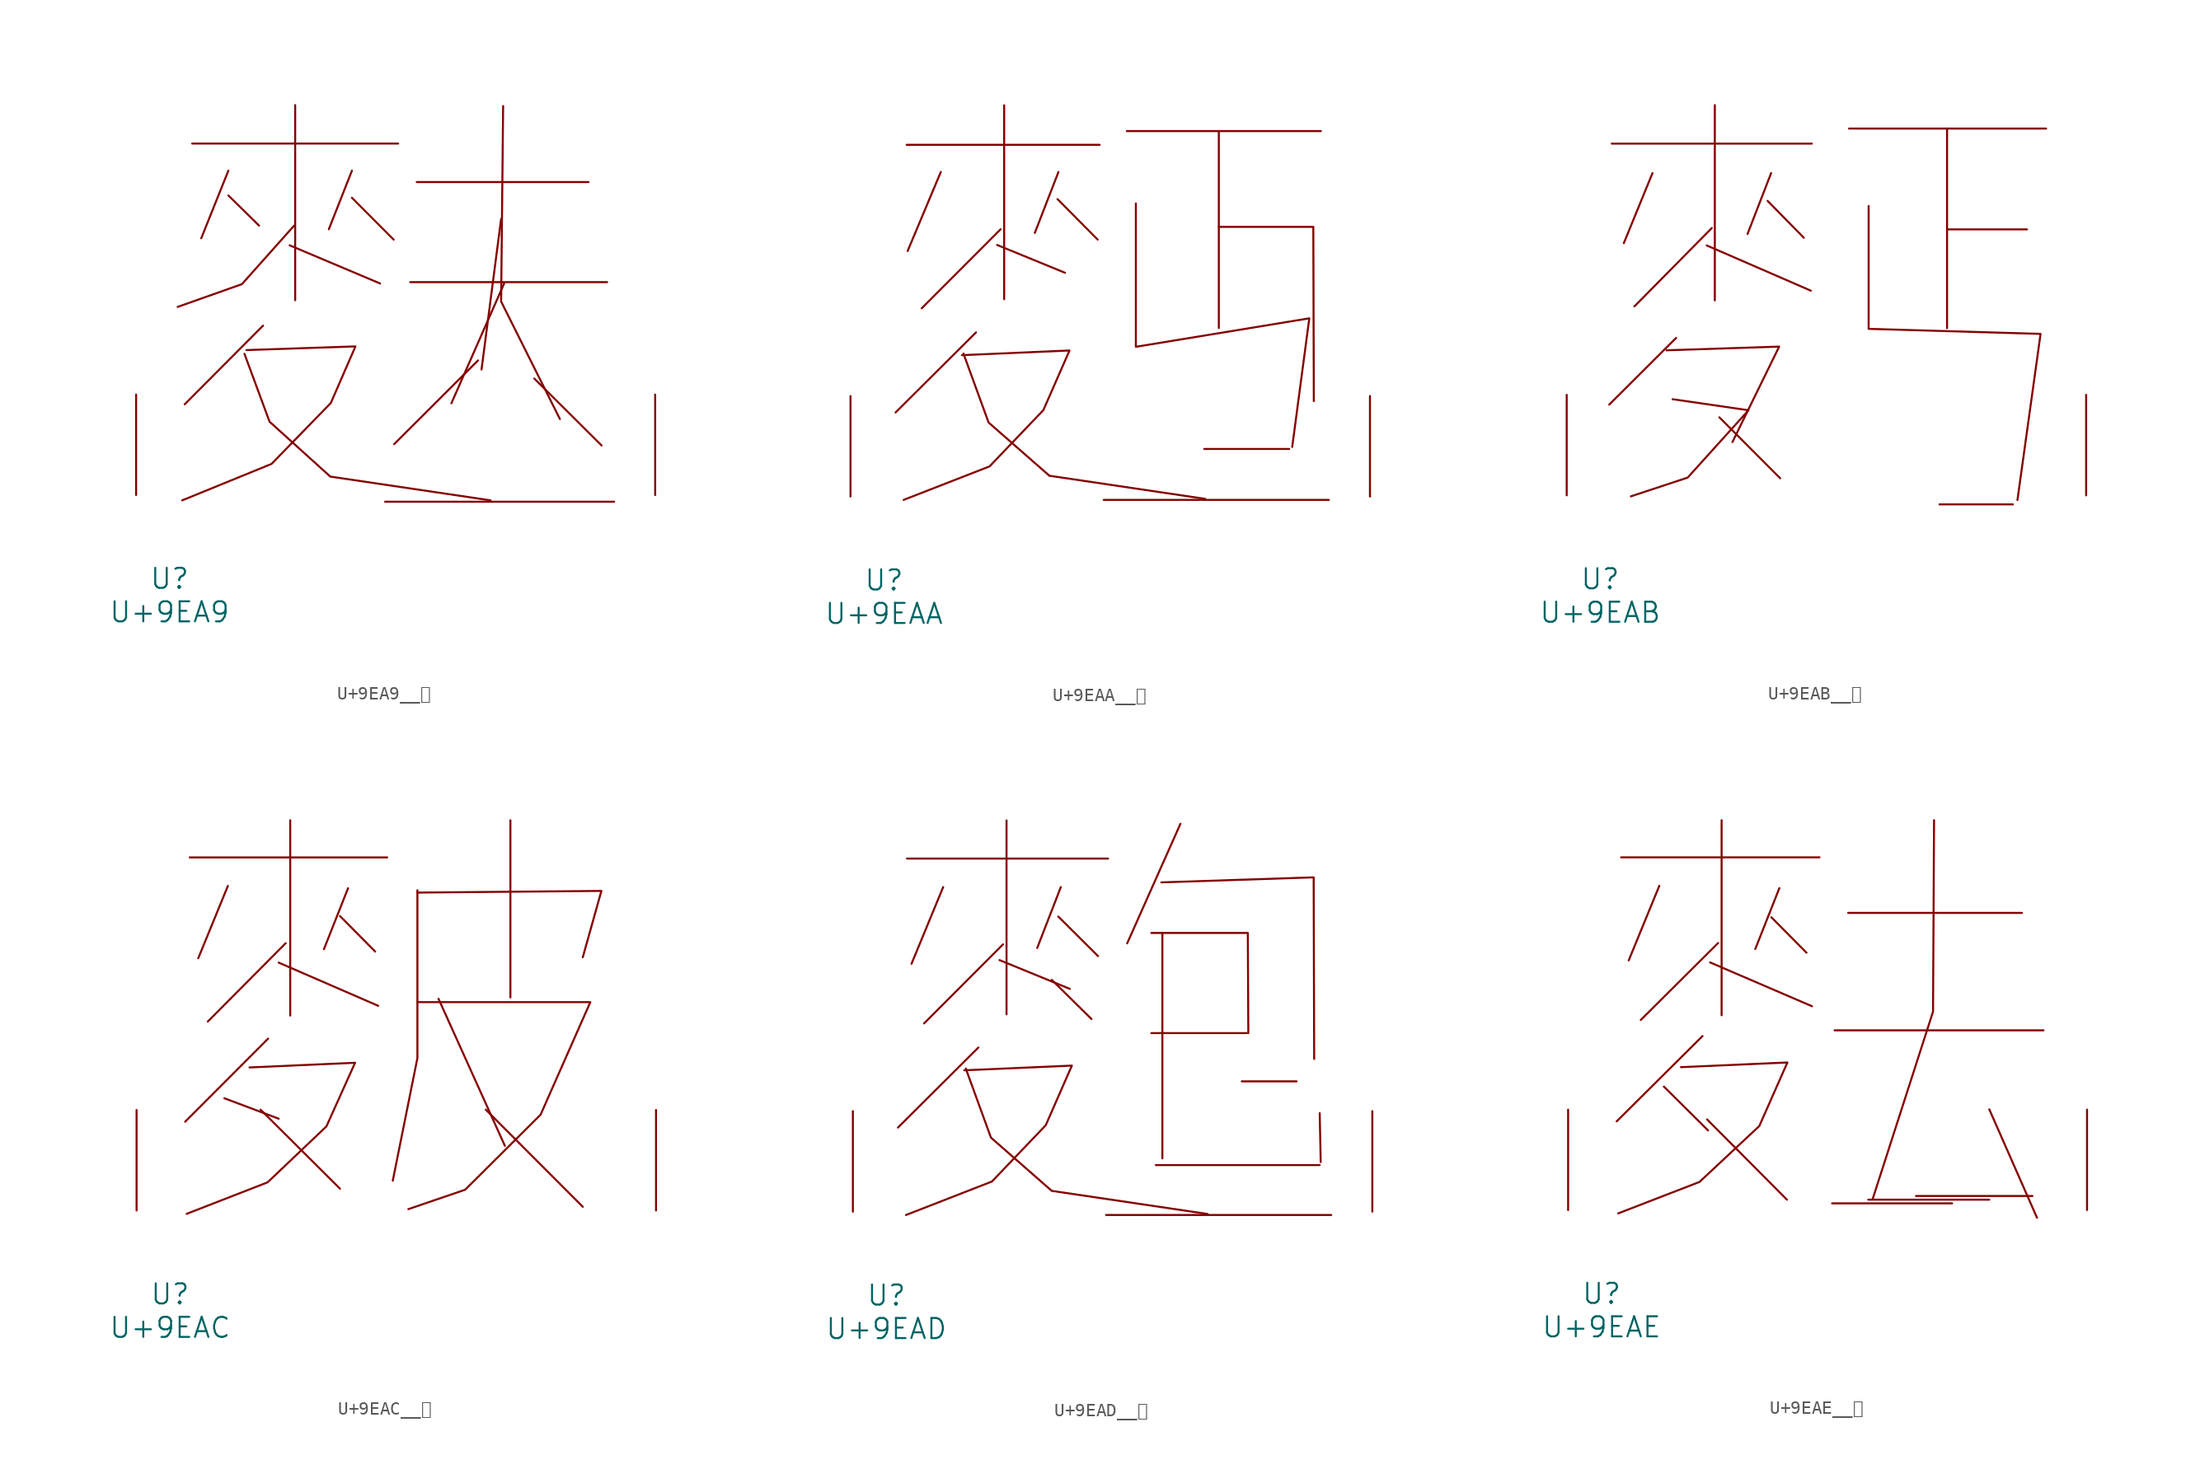
<source format=kicad_sym>
(kicad_symbol_lib
  (version 20231120)
  (generator "kicad_symbol_editor")
  (generator_version "8.0")
  (symbol "U+9EA9__麩"
    (pin_names
      (offset 1.016))
    (property "Reference" "U"
      (at 0 -6.35 0)
      (effects (font (size 1.524 1.524))))
    (property "Value" "U+9EA9"
      (at 0 -8.89 0)
      (effects (font (size 1.524 1.524))))
    (symbol "U+9EA9__麩_0_1"
      (polyline (pts (xy 1.714 26.67) (xy 17.335 26.67)) (stroke (width 0) (type solid)) (fill (type none)))
      (polyline (pts (xy 4.458 22.733) (xy 6.782 20.447)) (stroke (width 0) (type solid)) (fill (type none)))
      (polyline (pts (xy 4.458 24.613) (xy 2.4 19.482)) (stroke (width 0) (type solid)) (fill (type none)))
      (polyline (pts (xy 7.087 12.852) (xy 1.143 6.883)) (stroke (width 0) (type solid)) (fill (type none)))
      (polyline (pts (xy 9.106 18.948) (xy 15.964 16.053)) (stroke (width 0) (type solid)) (fill (type none)))
      (polyline (pts (xy 9.525 29.591) (xy 9.525 14.783)) (stroke (width 0) (type solid)) (fill (type none)))
      (polyline (pts (xy 13.83 22.555) (xy 16.993 19.38)) (stroke (width 0) (type solid)) (fill (type none)))
      (polyline (pts (xy 13.83 24.613) (xy 12.078 20.168)) (stroke (width 0) (type solid)) (fill (type none)))
      (polyline (pts (xy 16.345 -0.508) (xy 33.718 -0.508)) (stroke (width 0) (type solid)) (fill (type none)))
      (polyline (pts (xy 18.25 16.154) (xy 33.185 16.154)) (stroke (width 0) (type solid)) (fill (type none)))
      (polyline (pts (xy 18.745 23.749) (xy 31.775 23.749)) (stroke (width 0) (type solid)) (fill (type none)))
      (polyline (pts (xy 23.393 10.211) (xy 17.031 3.861)) (stroke (width 0) (type solid)) (fill (type none)))
      (polyline (pts (xy 25.146 20.955) (xy 23.66 9.525)) (stroke (width 0) (type solid)) (fill (type none)))
      (polyline (pts (xy 25.375 16.053) (xy 21.374 6.96)) (stroke (width 0) (type solid)) (fill (type none)))
      (polyline (pts (xy 27.661 8.839) (xy 32.766 3.759)) (stroke (width 0) (type solid)) (fill (type none)))
      (polyline (pts (xy 9.449 20.447) (xy 5.486 16.002) (xy 0.61 14.275)) (stroke (width 0) (type solid)) (fill (type none)))
      (polyline (pts (xy 25.298 29.515) (xy 25.146 14.681) (xy 29.604 5.766)) (stroke (width 0) (type solid)) (fill (type none)))
      (polyline (pts (xy 5.677 10.719) (xy 7.582 5.563) (xy 12.192 1.397) (xy 24.346 -0.406)) (stroke (width 0) (type solid)) (fill (type none)))
      (polyline (pts (xy 5.829 10.998) (xy 14.097 11.278) (xy 12.23 6.985) (xy 7.734 2.362) (xy 0.953 -0.406)) (stroke (width 0) (type solid)) (fill (type none)))
      (pin input line (at -2.54 0 90) (length 7.62) (name "~" (effects (font (size 1.27 1.27)))) (number "~" (effects (font (size 1.27 1.27)))))
      (pin input line (at 36.83 0 90) (length 7.62) (name "~" (effects (font (size 1.27 1.27)))) (number "~" (effects (font (size 1.27 1.27)))))))
  (symbol "U+9EAA__麪"
    (pin_names
      (offset 1.016))
    (property "Reference" "U"
      (at 0 -6.35 0)
      (effects (font (size 1.524 1.524))))
    (property "Value" "U+9EAA"
      (at 0 -8.89 0)
      (effects (font (size 1.524 1.524))))
    (symbol "U+9EAA__麪_0_1"
      (polyline (pts (xy 1.714 26.67) (xy 16.345 26.67)) (stroke (width 0) (type solid)) (fill (type none)))
      (polyline (pts (xy 4.305 24.613) (xy 1.791 18.618)) (stroke (width 0) (type solid)) (fill (type none)))
      (polyline (pts (xy 6.972 12.446) (xy 0.876 6.375)) (stroke (width 0) (type solid)) (fill (type none)))
      (polyline (pts (xy 8.572 19.075) (xy 13.716 16.967)) (stroke (width 0) (type solid)) (fill (type none)))
      (polyline (pts (xy 8.839 20.269) (xy 2.857 14.275)) (stroke (width 0) (type solid)) (fill (type none)))
      (polyline (pts (xy 9.106 29.667) (xy 9.106 14.961)) (stroke (width 0) (type solid)) (fill (type none)))
      (polyline (pts (xy 13.145 22.555) (xy 16.192 19.482)) (stroke (width 0) (type solid)) (fill (type none)))
      (polyline (pts (xy 13.221 24.613) (xy 11.43 19.99)) (stroke (width 0) (type solid)) (fill (type none)))
      (polyline (pts (xy 16.65 -0.254) (xy 33.718 -0.254)) (stroke (width 0) (type solid)) (fill (type none)))
      (polyline (pts (xy 18.402 27.711) (xy 33.109 27.711)) (stroke (width 0) (type solid)) (fill (type none)))
      (polyline (pts (xy 24.27 3.607) (xy 30.709 3.607)) (stroke (width 0) (type solid)) (fill (type none)))
      (polyline (pts (xy 25.375 27.711) (xy 25.375 12.776)) (stroke (width 0) (type solid)) (fill (type none)))
      (polyline (pts (xy 25.375 20.447) (xy 32.537 20.447) (xy 32.575 7.239)) (stroke (width 0) (type solid)) (fill (type none)))
      (polyline (pts (xy 6.02 10.846) (xy 7.925 5.613) (xy 12.535 1.575) (xy 24.346 -0.178)) (stroke (width 0) (type solid)) (fill (type none)))
      (polyline (pts (xy 19.088 22.225) (xy 19.088 11.354) (xy 32.233 13.513) (xy 30.937 3.759)) (stroke (width 0) (type solid)) (fill (type none)))
      (polyline (pts (xy 5.905 10.719) (xy 14.059 11.074) (xy 12.078 6.553) (xy 8.001 2.286) (xy 1.486 -0.254)) (stroke (width 0) (type solid)) (fill (type none)))
      (pin input line (at -2.54 0 90) (length 7.62) (name "~" (effects (font (size 1.27 1.27)))) (number "~" (effects (font (size 1.27 1.27)))))
      (pin input line (at 36.83 0 90) (length 7.62) (name "~" (effects (font (size 1.27 1.27)))) (number "~" (effects (font (size 1.27 1.27)))))))
  (symbol "U+9EAB__麫"
    (pin_names
      (offset 1.016))
    (property "Reference" "U"
      (at 0 -6.35 0)
      (effects (font (size 1.524 1.524))))
    (property "Value" "U+9EAB"
      (at 0 -8.89 0)
      (effects (font (size 1.524 1.524))))
    (symbol "U+9EAB__麫_0_1"
      (polyline (pts (xy 0.876 26.67) (xy 16.04 26.67)) (stroke (width 0) (type solid)) (fill (type none)))
      (polyline (pts (xy 3.962 24.435) (xy 1.791 19.126)) (stroke (width 0) (type solid)) (fill (type none)))
      (polyline (pts (xy 5.753 11.938) (xy 0.686 6.883)) (stroke (width 0) (type solid)) (fill (type none)))
      (polyline (pts (xy 8.077 18.948) (xy 15.964 15.519)) (stroke (width 0) (type solid)) (fill (type none)))
      (polyline (pts (xy 8.458 20.269) (xy 2.591 14.326)) (stroke (width 0) (type solid)) (fill (type none)))
      (polyline (pts (xy 8.687 29.591) (xy 8.687 14.783)) (stroke (width 0) (type solid)) (fill (type none)))
      (polyline (pts (xy 9.03 5.918) (xy 13.64 1.295)) (stroke (width 0) (type solid)) (fill (type none)))
      (polyline (pts (xy 12.687 22.327) (xy 15.431 19.533)) (stroke (width 0) (type solid)) (fill (type none)))
      (polyline (pts (xy 12.954 24.435) (xy 11.163 19.812)) (stroke (width 0) (type solid)) (fill (type none)))
      (polyline (pts (xy 18.86 27.813) (xy 33.795 27.813)) (stroke (width 0) (type solid)) (fill (type none)))
      (polyline (pts (xy 25.718 -0.686) (xy 31.28 -0.686)) (stroke (width 0) (type solid)) (fill (type none)))
      (polyline (pts (xy 26.289 20.168) (xy 32.347 20.168)) (stroke (width 0) (type solid)) (fill (type none)))
      (polyline (pts (xy 26.289 27.813) (xy 26.289 12.675)) (stroke (width 0) (type solid)) (fill (type none)))
      (polyline (pts (xy 5.029 10.998) (xy 13.564 11.278) (xy 10.02 4.039)) (stroke (width 0) (type solid)) (fill (type none)))
      (polyline (pts (xy 5.486 7.29) (xy 11.239 6.452) (xy 6.629 1.346) (xy 2.324 -0.076)) (stroke (width 0) (type solid)) (fill (type none)))
      (polyline (pts (xy 20.345 21.946) (xy 20.345 12.624) (xy 33.376 12.243) (xy 31.623 -0.356)) (stroke (width 0) (type solid)) (fill (type none)))
      (pin input line (at -2.54 0 90) (length 7.62) (name "~" (effects (font (size 1.27 1.27)))) (number "~" (effects (font (size 1.27 1.27)))))
      (pin input line (at 36.83 0 90) (length 7.62) (name "~" (effects (font (size 1.27 1.27)))) (number "~" (effects (font (size 1.27 1.27)))))))
  (symbol "U+9EAC__麬"
    (pin_names
      (offset 1.016))
    (property "Reference" "U"
      (at 0 -6.35 0)
      (effects (font (size 1.524 1.524))))
    (property "Value" "U+9EAC"
      (at 0 -8.89 0)
      (effects (font (size 1.524 1.524))))
    (symbol "U+9EAC__麬_0_1"
      (polyline (pts (xy 1.486 26.772) (xy 16.459 26.772)) (stroke (width 0) (type solid)) (fill (type none)))
      (polyline (pts (xy 4.115 8.509) (xy 8.23 6.96)) (stroke (width 0) (type solid)) (fill (type none)))
      (polyline (pts (xy 4.381 24.613) (xy 2.134 19.126)) (stroke (width 0) (type solid)) (fill (type none)))
      (polyline (pts (xy 6.858 7.645) (xy 12.878 1.651)) (stroke (width 0) (type solid)) (fill (type none)))
      (polyline (pts (xy 7.429 13.03) (xy 1.143 6.731)) (stroke (width 0) (type solid)) (fill (type none)))
      (polyline (pts (xy 8.23 18.796) (xy 15.773 15.519)) (stroke (width 0) (type solid)) (fill (type none)))
      (polyline (pts (xy 8.763 20.269) (xy 2.857 14.326)) (stroke (width 0) (type solid)) (fill (type none)))
      (polyline (pts (xy 9.106 29.591) (xy 9.106 14.783)) (stroke (width 0) (type solid)) (fill (type none)))
      (polyline (pts (xy 12.878 22.327) (xy 15.545 19.634)) (stroke (width 0) (type solid)) (fill (type none)))
      (polyline (pts (xy 13.487 24.435) (xy 11.659 19.812)) (stroke (width 0) (type solid)) (fill (type none)))
      (polyline (pts (xy 20.345 16.053) (xy 25.375 4.902)) (stroke (width 0) (type solid)) (fill (type none)))
      (polyline (pts (xy 23.927 7.645) (xy 31.28 0.279)) (stroke (width 0) (type solid)) (fill (type none)))
      (polyline (pts (xy 25.794 29.591) (xy 25.794 16.154)) (stroke (width 0) (type solid)) (fill (type none)))
      (polyline (pts (xy 18.745 24.105) (xy 32.69 24.232) (xy 31.28 19.202)) (stroke (width 0) (type solid)) (fill (type none)))
      (polyline (pts (xy 18.745 24.282) (xy 18.745 11.557) (xy 16.878 2.261)) (stroke (width 0) (type solid)) (fill (type none)))
      (polyline (pts (xy 6.02 10.846) (xy 14.021 11.201) (xy 11.849 6.375) (xy 7.391 2.134) (xy 1.257 -0.254)) (stroke (width 0) (type solid)) (fill (type none)))
      (polyline (pts (xy 18.745 15.799) (xy 31.852 15.799) (xy 28.08 7.264) (xy 22.365 1.575) (xy 18.059 0.102)) (stroke (width 0) (type solid)) (fill (type none)))
      (pin input line (at -2.54 0 90) (length 7.62) (name "~" (effects (font (size 1.27 1.27)))) (number "~" (effects (font (size 1.27 1.27)))))
      (pin input line (at 36.83 0 90) (length 7.62) (name "~" (effects (font (size 1.27 1.27)))) (number "~" (effects (font (size 1.27 1.27)))))))
  (symbol "U+9EAD__麭"
    (pin_names
      (offset 1.016))
    (property "Reference" "U"
      (at 0 -6.35 0)
      (effects (font (size 1.524 1.524))))
    (property "Value" "U+9EAD"
      (at 0 -8.89 0)
      (effects (font (size 1.524 1.524))))
    (symbol "U+9EAD__麭_0_1"
      (polyline (pts (xy 1.562 26.772) (xy 16.802 26.772)) (stroke (width 0) (type solid)) (fill (type none)))
      (polyline (pts (xy 4.305 24.613) (xy 1.905 18.796)) (stroke (width 0) (type solid)) (fill (type none)))
      (polyline (pts (xy 6.972 12.446) (xy 0.876 6.375)) (stroke (width 0) (type solid)) (fill (type none)))
      (polyline (pts (xy 8.572 19.075) (xy 13.906 16.891)) (stroke (width 0) (type solid)) (fill (type none)))
      (polyline (pts (xy 8.839 20.269) (xy 2.857 14.275)) (stroke (width 0) (type solid)) (fill (type none)))
      (polyline (pts (xy 9.106 29.667) (xy 9.106 14.961)) (stroke (width 0) (type solid)) (fill (type none)))
      (polyline (pts (xy 12.535 17.577) (xy 15.545 14.605)) (stroke (width 0) (type solid)) (fill (type none)))
      (polyline (pts (xy 13.03 22.377) (xy 16.04 19.38)) (stroke (width 0) (type solid)) (fill (type none)))
      (polyline (pts (xy 13.221 24.613) (xy 11.43 19.99)) (stroke (width 0) (type solid)) (fill (type none)))
      (polyline (pts (xy 16.65 -0.254) (xy 33.718 -0.254)) (stroke (width 0) (type solid)) (fill (type none)))
      (polyline (pts (xy 20.079 13.538) (xy 27.318 13.538)) (stroke (width 0) (type solid)) (fill (type none)))
      (polyline (pts (xy 20.422 3.531) (xy 32.842 3.531)) (stroke (width 0) (type solid)) (fill (type none)))
      (polyline (pts (xy 20.917 21.133) (xy 20.917 4.039)) (stroke (width 0) (type solid)) (fill (type none)))
      (polyline (pts (xy 22.288 29.413) (xy 18.25 20.345)) (stroke (width 0) (type solid)) (fill (type none)))
      (polyline (pts (xy 26.937 9.881) (xy 31.09 9.881)) (stroke (width 0) (type solid)) (fill (type none)))
      (polyline (pts (xy 32.842 7.468) (xy 32.918 3.759)) (stroke (width 0) (type solid)) (fill (type none)))
      (polyline (pts (xy 20.079 21.133) (xy 27.394 21.133) (xy 27.432 13.538)) (stroke (width 0) (type solid)) (fill (type none)))
      (polyline (pts (xy 20.841 24.968) (xy 32.385 25.349) (xy 32.423 11.582)) (stroke (width 0) (type solid)) (fill (type none)))
      (polyline (pts (xy 6.02 10.846) (xy 7.925 5.613) (xy 12.535 1.575) (xy 24.346 -0.178)) (stroke (width 0) (type solid)) (fill (type none)))
      (polyline (pts (xy 5.905 10.719) (xy 14.059 11.074) (xy 12.078 6.553) (xy 8.001 2.286) (xy 1.486 -0.254)) (stroke (width 0) (type solid)) (fill (type none)))
      (pin input line (at -2.54 0 90) (length 7.62) (name "~" (effects (font (size 1.27 1.27)))) (number "~" (effects (font (size 1.27 1.27)))))
      (pin input line (at 36.83 0 90) (length 7.62) (name "~" (effects (font (size 1.27 1.27)))) (number "~" (effects (font (size 1.27 1.27)))))))
  (symbol "U+9EAE__麮"
    (pin_names
      (offset 1.016))
    (property "Reference" "U"
      (at 0 -6.35 0)
      (effects (font (size 1.524 1.524))))
    (property "Value" "U+9EAE"
      (at 0 -8.89 0)
      (effects (font (size 1.524 1.524))))
    (symbol "U+9EAE__麮_0_1"
      (polyline (pts (xy 1.486 26.772) (xy 16.535 26.772)) (stroke (width 0) (type solid)) (fill (type none)))
      (polyline (pts (xy 4.381 24.613) (xy 2.057 18.948)) (stroke (width 0) (type solid)) (fill (type none)))
      (polyline (pts (xy 4.724 9.373) (xy 8.077 6.045)) (stroke (width 0) (type solid)) (fill (type none)))
      (polyline (pts (xy 7.658 13.208) (xy 1.143 6.731)) (stroke (width 0) (type solid)) (fill (type none)))
      (polyline (pts (xy 8.001 6.883) (xy 14.059 0.787)) (stroke (width 0) (type solid)) (fill (type none)))
      (polyline (pts (xy 8.23 18.796) (xy 15.964 15.469)) (stroke (width 0) (type solid)) (fill (type none)))
      (polyline (pts (xy 8.839 20.269) (xy 2.972 14.427)) (stroke (width 0) (type solid)) (fill (type none)))
      (polyline (pts (xy 9.106 29.591) (xy 9.106 14.783)) (stroke (width 0) (type solid)) (fill (type none)))
      (polyline (pts (xy 12.878 22.225) (xy 15.545 19.533)) (stroke (width 0) (type solid)) (fill (type none)))
      (polyline (pts (xy 13.487 24.435) (xy 11.659 19.812)) (stroke (width 0) (type solid)) (fill (type none)))
      (polyline (pts (xy 17.488 0.508) (xy 26.594 0.508)) (stroke (width 0) (type solid)) (fill (type none)))
      (polyline (pts (xy 17.678 13.64) (xy 33.528 13.64)) (stroke (width 0) (type solid)) (fill (type none)))
      (polyline (pts (xy 18.707 22.555) (xy 31.89 22.555)) (stroke (width 0) (type solid)) (fill (type none)))
      (polyline (pts (xy 20.231 0.787) (xy 29.413 0.787)) (stroke (width 0) (type solid)) (fill (type none)))
      (polyline (pts (xy 23.851 1.067) (xy 32.69 1.067)) (stroke (width 0) (type solid)) (fill (type none)))
      (polyline (pts (xy 29.413 7.645) (xy 33.033 -0.584)) (stroke (width 0) (type solid)) (fill (type none)))
      (polyline (pts (xy 25.222 29.591) (xy 25.146 15.062) (xy 20.574 0.864)) (stroke (width 0) (type solid)) (fill (type none)))
      (polyline (pts (xy 6.02 10.846) (xy 14.097 11.201) (xy 11.963 6.375) (xy 7.429 2.134) (xy 1.257 -0.254)) (stroke (width 0) (type solid)) (fill (type none)))
      (pin input line (at -2.54 0 90) (length 7.62) (name "~" (effects (font (size 1.27 1.27)))) (number "~" (effects (font (size 1.27 1.27)))))
      (pin input line (at 36.83 0 90) (length 7.62) (name "~" (effects (font (size 1.27 1.27)))) (number "~" (effects (font (size 1.27 1.27))))))))
</source>
